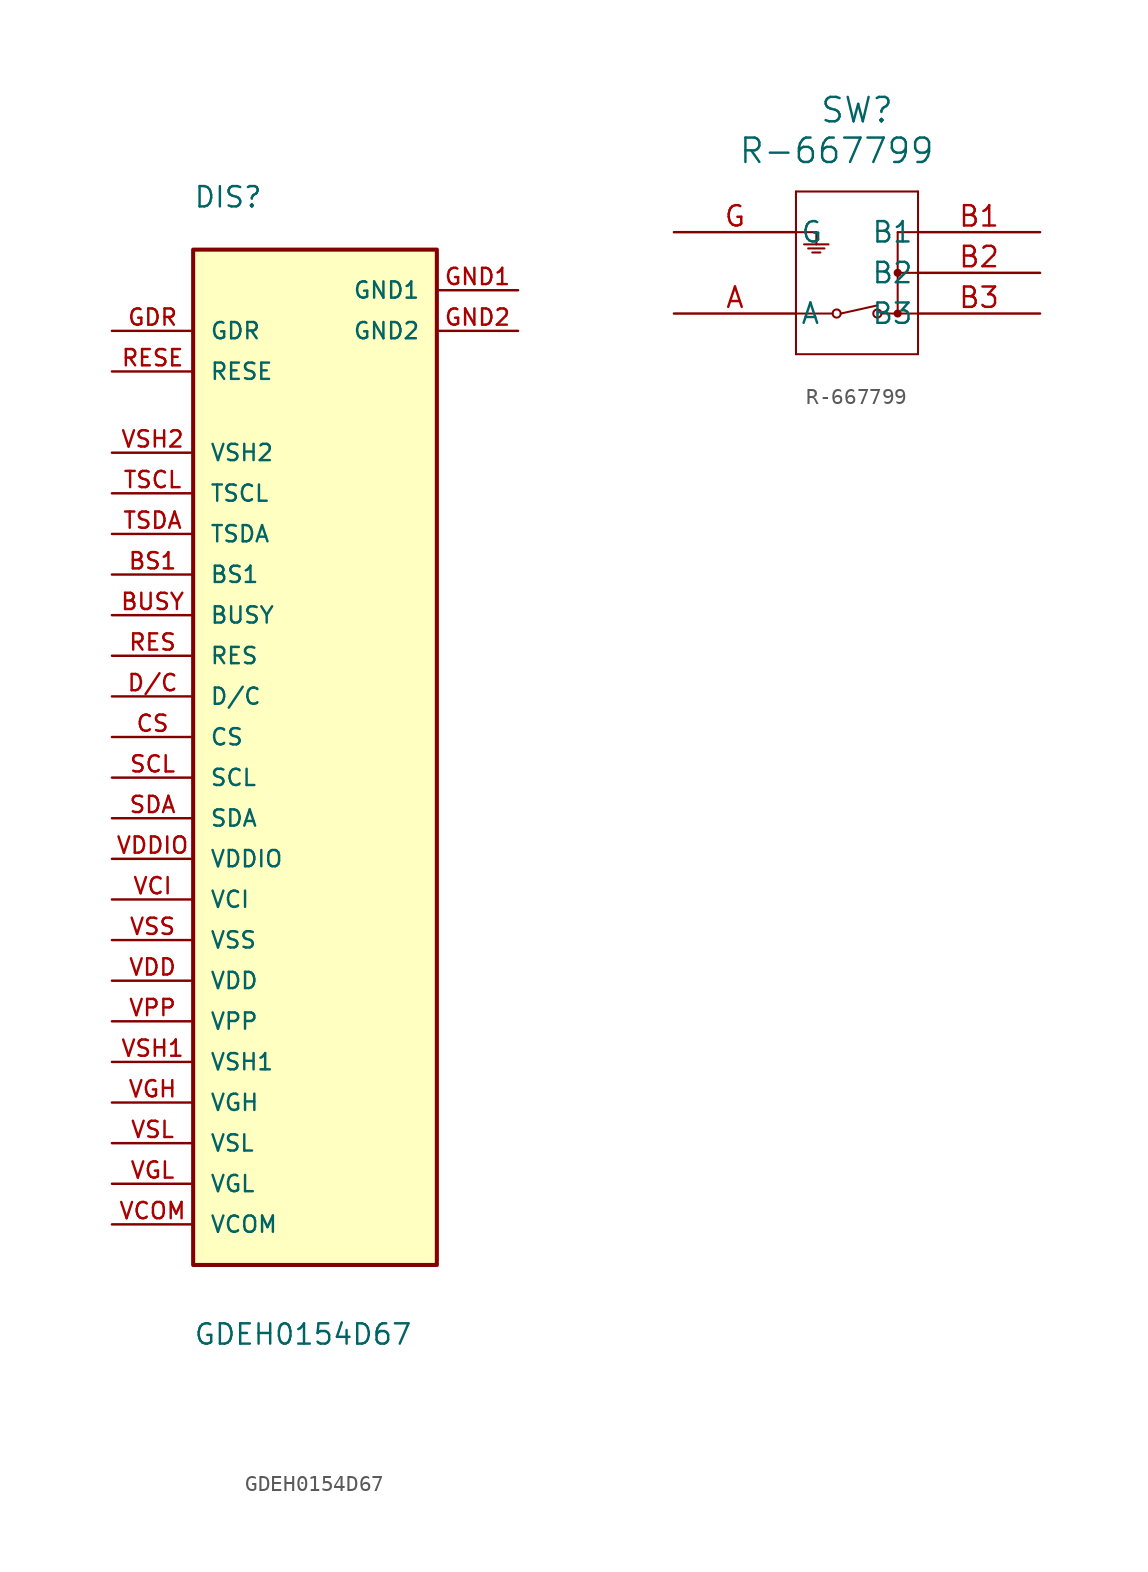
<source format=kicad_sym>
(kicad_symbol_lib
  (version 20220914)
  (generator kicad_symbol_editor)
  (symbol "GDEH0154D67"
    (pin_names
      (offset 1.016))
    (property "Reference" "DIS"
      (at 0 5.08 0)
      (effects (font (size 1.27 1.27)) (justify left bottom)))
    (property "Value" "GDEH0154D67"
      (at 0 -66.04 0)
      (effects (font (size 1.27 1.27)) (justify left bottom)))
    (symbol "GDEH0154D67_0_0"
      (rectangle (start 0 -60.96) (end 15.24 2.54) (stroke (width 0.254) (type default)) (fill (type background)))
      (pin bidirectional line (at -5.08 -17.78 0) (length 5.08) (name "BS1" (effects (font (size 1.016 1.016)))) (number "BS1" (effects (font (size 1.016 1.016)))))
      (pin bidirectional line (at -5.08 -20.32 0) (length 5.08) (name "BUSY" (effects (font (size 1.016 1.016)))) (number "BUSY" (effects (font (size 1.016 1.016)))))
      (pin bidirectional line (at -5.08 -27.94 0) (length 5.08) (name "CS" (effects (font (size 1.016 1.016)))) (number "CS" (effects (font (size 1.016 1.016)))))
      (pin bidirectional line (at -5.08 -25.4 0) (length 5.08) (name "D/C" (effects (font (size 1.016 1.016)))) (number "D/C" (effects (font (size 1.016 1.016)))))
      (pin bidirectional line (at -5.08 -2.54 0) (length 5.08) (name "GDR" (effects (font (size 1.016 1.016)))) (number "GDR" (effects (font (size 1.016 1.016)))))
      (pin bidirectional line (at 20.32 0 180) (length 5.08) (name "GND1" (effects (font (size 1.016 1.016)))) (number "GND1" (effects (font (size 1.016 1.016)))))
      (pin bidirectional line (at 20.32 -2.54 180) (length 5.08) (name "GND2" (effects (font (size 1.016 1.016)))) (number "GND2" (effects (font (size 1.016 1.016)))))
      (pin bidirectional line (at -5.08 -22.86 0) (length 5.08) (name "RES" (effects (font (size 1.016 1.016)))) (number "RES" (effects (font (size 1.016 1.016)))))
      (pin bidirectional line (at -5.08 -5.08 0) (length 5.08) (name "RESE" (effects (font (size 1.016 1.016)))) (number "RESE" (effects (font (size 1.016 1.016)))))
      (pin bidirectional line (at -5.08 -30.48 0) (length 5.08) (name "SCL" (effects (font (size 1.016 1.016)))) (number "SCL" (effects (font (size 1.016 1.016)))))
      (pin bidirectional line (at -5.08 -33.02 0) (length 5.08) (name "SDA" (effects (font (size 1.016 1.016)))) (number "SDA" (effects (font (size 1.016 1.016)))))
      (pin bidirectional line (at -5.08 -12.7 0) (length 5.08) (name "TSCL" (effects (font (size 1.016 1.016)))) (number "TSCL" (effects (font (size 1.016 1.016)))))
      (pin bidirectional line (at -5.08 -15.24 0) (length 5.08) (name "TSDA" (effects (font (size 1.016 1.016)))) (number "TSDA" (effects (font (size 1.016 1.016)))))
      (pin bidirectional line (at -5.08 -38.1 0) (length 5.08) (name "VCI" (effects (font (size 1.016 1.016)))) (number "VCI" (effects (font (size 1.016 1.016)))))
      (pin bidirectional line (at -5.08 -58.42 0) (length 5.08) (name "VCOM" (effects (font (size 1.016 1.016)))) (number "VCOM" (effects (font (size 1.016 1.016)))))
      (pin bidirectional line (at -5.08 -43.18 0) (length 5.08) (name "VDD" (effects (font (size 1.016 1.016)))) (number "VDD" (effects (font (size 1.016 1.016)))))
      (pin bidirectional line (at -5.08 -35.56 0) (length 5.08) (name "VDDIO" (effects (font (size 1.016 1.016)))) (number "VDDIO" (effects (font (size 1.016 1.016)))))
      (pin bidirectional line (at -5.08 -50.8 0) (length 5.08) (name "VGH" (effects (font (size 1.016 1.016)))) (number "VGH" (effects (font (size 1.016 1.016)))))
      (pin bidirectional line (at -5.08 -55.88 0) (length 5.08) (name "VGL" (effects (font (size 1.016 1.016)))) (number "VGL" (effects (font (size 1.016 1.016)))))
      (pin bidirectional line (at -5.08 -45.72 0) (length 5.08) (name "VPP" (effects (font (size 1.016 1.016)))) (number "VPP" (effects (font (size 1.016 1.016)))))
      (pin bidirectional line (at -5.08 -48.26 0) (length 5.08) (name "VSH1" (effects (font (size 1.016 1.016)))) (number "VSH1" (effects (font (size 1.016 1.016)))))
      (pin bidirectional line (at -5.08 -10.16 0) (length 5.08) (name "VSH2" (effects (font (size 1.016 1.016)))) (number "VSH2" (effects (font (size 1.016 1.016)))))
      (pin bidirectional line (at -5.08 -53.34 0) (length 5.08) (name "VSL" (effects (font (size 1.016 1.016)))) (number "VSL" (effects (font (size 1.016 1.016)))))
      (pin bidirectional line (at -5.08 -40.64 0) (length 5.08) (name "VSS" (effects (font (size 1.016 1.016)))) (number "VSS" (effects (font (size 1.016 1.016)))))))
  (symbol "R-667799"
    (pin_names
      (offset 0.254))
    (property "Reference" "SW"
      (at 11.43 7.62 0)
      (effects (font (size 1.524 1.524))))
    (property "Value" "R-667799"
      (at 10.16 5.08 0)
      (effects (font (size 1.524 1.524))))
    (property "ki_locked" ""
      (at 0 0 0)
      (effects (font (size 1.27 1.27))))
    (symbol "R-667799_0_1"
      (polyline (pts (xy 7.62 -7.62) (xy 15.24 -7.62)) (stroke (width 0.127) (type default)) (fill (type none)))
      (polyline (pts (xy 7.62 0) (xy 8.89 0)) (stroke (width 0.127) (type default)) (fill (type none)))
      (polyline (pts (xy 7.62 2.54) (xy 7.62 -7.62)) (stroke (width 0.127) (type default)) (fill (type none)))
      (polyline (pts (xy 8.382 -1.016) (xy 9.398 -1.016)) (stroke (width 0.127) (type default)) (fill (type none)))
      (polyline (pts (xy 8.636 -1.27) (xy 9.144 -1.27)) (stroke (width 0.127) (type default)) (fill (type none)))
      (polyline (pts (xy 8.89 0) (xy 8.89 -0.762)) (stroke (width 0.127) (type default)) (fill (type none)))
      (polyline (pts (xy 9.652 -0.762) (xy 8.128 -0.762)) (stroke (width 0.127) (type default)) (fill (type none)))
      (polyline (pts (xy 9.906 -5.08) (xy 7.62 -5.08)) (stroke (width 0.127) (type default)) (fill (type none)))
      (polyline (pts (xy 10.414 -5.08) (xy 12.7 -4.572)) (stroke (width 0.127) (type default)) (fill (type none)))
      (polyline (pts (xy 12.954 -5.08) (xy 15.24 -5.08)) (stroke (width 0.127) (type default)) (fill (type none)))
      (polyline (pts (xy 13.97 -5.08) (xy 13.97 0)) (stroke (width 0.127) (type default)) (fill (type none)))
      (polyline (pts (xy 13.97 -2.54) (xy 15.24 -2.54)) (stroke (width 0.127) (type default)) (fill (type none)))
      (polyline (pts (xy 13.97 0) (xy 15.24 0)) (stroke (width 0.127) (type default)) (fill (type none)))
      (polyline (pts (xy 15.24 -7.62) (xy 15.24 2.54)) (stroke (width 0.127) (type default)) (fill (type none)))
      (polyline (pts (xy 15.24 2.54) (xy 7.62 2.54)) (stroke (width 0.127) (type default)) (fill (type none)))
      (circle (center 10.16 -5.08) (radius 0.254) (stroke (width 0.127) (type default)) (fill (type none)))
      (circle (center 12.7 -5.08) (radius 0.254) (stroke (width 0.127) (type default)) (fill (type none)))
      (circle (center 13.97 -5.08) (radius 0.127) (stroke (width 0.254) (type default)) (fill (type none)))
      (circle (center 13.97 -2.54) (radius 0.127) (stroke (width 0.254) (type default)) (fill (type none)))
      (pin unspecified line (at 0 -5.08 0) (length 7.62) (name "A" (effects (font (size 1.27 1.27)))) (number "A" (effects (font (size 1.27 1.27)))))
      (pin unspecified line (at 22.86 0 180) (length 7.62) (name "B1" (effects (font (size 1.27 1.27)))) (number "B1" (effects (font (size 1.27 1.27)))))
      (pin unspecified line (at 22.86 -2.54 180) (length 7.62) (name "B2" (effects (font (size 1.27 1.27)))) (number "B2" (effects (font (size 1.27 1.27)))))
      (pin unspecified line (at 22.86 -5.08 180) (length 7.62) (name "B3" (effects (font (size 1.27 1.27)))) (number "B3" (effects (font (size 1.27 1.27)))))
      (pin unspecified line (at 0 0 0) (length 7.62) (name "G" (effects (font (size 1.27 1.27)))) (number "G" (effects (font (size 1.27 1.27))))))))
</source>
